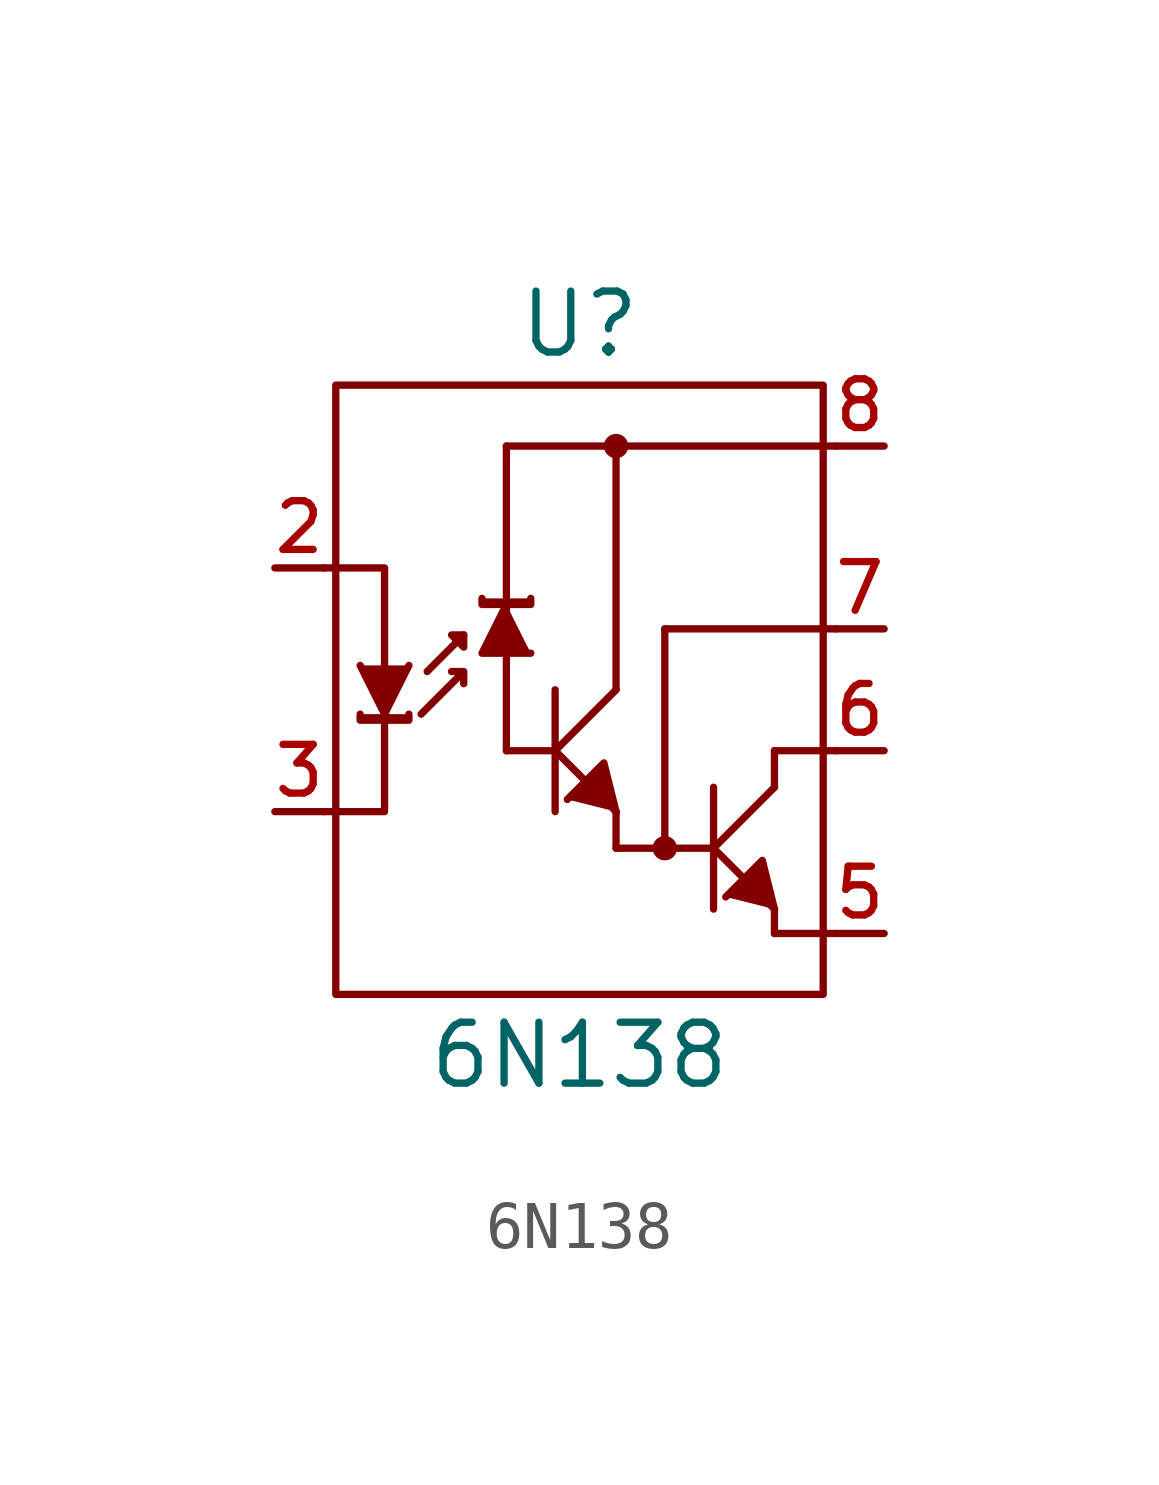
<source format=kicad_sym>
(kicad_symbol_lib
  (version 20220914)
  (generator kicad_symbol_editor)
  (symbol "6N138"
    (pin_names
      (offset 0) hide)
    (property "Reference" "U"
      (at 0 7.62 0)
      (effects (font (size 1.27 1.27))))
    (property "Value" "6N138"
      (at 0 -7.62 0)
      (effects (font (size 1.27 1.27))))
    (property "Footprint" ""
      (at 0 0 0)
      (effects (font (size 1.524 1.524))))
    (property "Datasheet" ""
      (at 0 0 0)
      (effects (font (size 1.524 1.524))))
    (symbol "6N138_0_1"
      (polyline (pts (xy -1.524 -1.27) (xy -0.508 -1.27)) (stroke (width 0) (type solid)) (fill (type none)))
      (polyline (pts (xy -1.524 1.143) (xy -1.524 5.08)) (stroke (width 0) (type solid)) (fill (type none)))
      (polyline (pts (xy 0.762 -3.302) (xy 0.762 -2.54)) (stroke (width 0) (type solid)) (fill (type none)))
      (polyline (pts (xy 0.762 0) (xy 0.762 5.08)) (stroke (width 0) (type solid)) (fill (type none)))
      (polyline (pts (xy 1.778 -3.175) (xy 1.778 1.27)) (stroke (width 0) (type solid)) (fill (type none)))
      (polyline (pts (xy 2.794 -3.302) (xy 0.762 -3.302)) (stroke (width 0) (type solid)) (fill (type none)))
      (polyline (pts (xy 4.064 -5.08) (xy 4.064 -4.572)) (stroke (width 0) (type solid)) (fill (type none)))
      (polyline (pts (xy 4.064 -2.032) (xy 4.064 -1.27)) (stroke (width 0) (type solid)) (fill (type none)))
      (polyline (pts (xy 5.334 -5.08) (xy 4.064 -5.08)) (stroke (width 0) (type solid)) (fill (type none)))
      (polyline (pts (xy 5.334 -1.27) (xy 4.064 -1.27)) (stroke (width 0) (type solid)) (fill (type none)))
      (polyline (pts (xy 5.334 1.27) (xy 1.778 1.27)) (stroke (width 0) (type solid)) (fill (type none)))
      (polyline (pts (xy 5.334 5.08) (xy -1.524 5.08)) (stroke (width 0) (type solid)) (fill (type none)))
      (polyline (pts (xy -2.413 1.143) (xy -3.175 0.381) (xy -3.175 0.381)) (stroke (width 0) (type solid)) (fill (type none)))
      (polyline (pts (xy -1.524 0.762) (xy -1.524 -1.27) (xy -1.524 -1.27)) (stroke (width 0) (type solid)) (fill (type outline)))
      (polyline (pts (xy -0.508 -1.27) (xy 0.762 -2.54) (xy 0.762 -2.54)) (stroke (width 0) (type solid)) (fill (type outline)))
      (polyline (pts (xy -0.508 -1.27) (xy 0.762 0) (xy 0.762 0)) (stroke (width 0) (type solid)) (fill (type outline)))
      (polyline (pts (xy -0.508 0) (xy -0.508 -2.54) (xy -0.508 -2.54)) (stroke (width 0) (type solid)) (fill (type outline)))
      (polyline (pts (xy 2.794 -3.302) (xy 4.064 -4.572) (xy 4.064 -4.572)) (stroke (width 0) (type solid)) (fill (type outline)))
      (polyline (pts (xy 2.794 -3.302) (xy 4.064 -2.032) (xy 4.064 -2.032)) (stroke (width 0) (type solid)) (fill (type outline)))
      (polyline (pts (xy 2.794 -2.032) (xy 2.794 -4.572) (xy 2.794 -4.572)) (stroke (width 0) (type solid)) (fill (type outline)))
      (polyline (pts (xy -5.334 2.54) (xy -4.064 2.54) (xy -4.064 0.508) (xy -4.064 0.508)) (stroke (width 0) (type solid)) (fill (type none)))
      (polyline (pts (xy -4.064 -0.635) (xy -4.064 -2.54) (xy -5.334 -2.54) (xy -5.334 -2.54)) (stroke (width 0) (type solid)) (fill (type none)))
      (polyline (pts (xy -3.556 0.508) (xy -4.064 -0.508) (xy -4.572 0.508) (xy -4.572 0.508)) (stroke (width 0) (type solid)) (fill (type outline)))
      (polyline (pts (xy -2.667 0.381) (xy -2.413 0.381) (xy -2.413 0.127) (xy -2.413 0.127)) (stroke (width 0) (type solid)) (fill (type outline)))
      (polyline (pts (xy -2.54 0.254) (xy -3.302 -0.508) (xy -3.302 -0.508) (xy -3.302 -0.508)) (stroke (width 0) (type solid)) (fill (type none)))
      (polyline (pts (xy -1.524 1.778) (xy -2.032 0.762) (xy -1.016 0.762) (xy -1.016 0.762)) (stroke (width 0) (type solid)) (fill (type outline)))
      (polyline (pts (xy 0.762 -2.54) (xy 0.508 -1.524) (xy -0.254 -2.286) (xy -0.254 -2.286)) (stroke (width 0) (type solid)) (fill (type outline)))
      (polyline (pts (xy 4.064 -4.572) (xy 3.81 -3.556) (xy 3.048 -4.318) (xy 3.048 -4.318)) (stroke (width 0) (type solid)) (fill (type outline)))
      (polyline (pts (xy -4.572 -0.508) (xy -4.572 -0.635) (xy -3.556 -0.635) (xy -3.556 -0.508) (xy -3.556 -0.508)) (stroke (width 0) (type solid)) (fill (type outline)))
      (polyline (pts (xy -2.413 0.889) (xy -2.413 1.143) (xy -2.667 1.143) (xy -2.413 0.889) (xy -2.413 0.889)) (stroke (width 0) (type solid)) (fill (type outline)))
      (polyline (pts (xy -1.016 1.905) (xy -1.016 1.778) (xy -2.032 1.778) (xy -2.032 1.905) (xy -2.032 1.905)) (stroke (width 0) (type solid)) (fill (type outline)))
      (circle (center 0.762 5.08) (radius 0.178) (stroke (width 0) (type solid)) (fill (type outline)))
      (circle (center 1.778 -3.302) (radius 0.178) (stroke (width 0) (type solid)) (fill (type outline)))
      (rectangle (start 5.08 6.35) (end -5.08 -6.35) (stroke (width 0) (type solid)) (fill (type none))))
    (symbol "6N138_1_1"
      (pin passive line (at -6.35 2.54 0) (length 1.016) (name "A" (effects (font (size 1.016 1.016)))) (number "2" (effects (font (size 1.016 1.016)))))
      (pin passive line (at -6.35 -2.54 0) (length 1.016) (name "K" (effects (font (size 1.016 1.016)))) (number "3" (effects (font (size 1.016 1.016)))))
      (pin passive line (at 6.35 -5.08 180) (length 1.016) (name "GND" (effects (font (size 1.016 1.016)))) (number "5" (effects (font (size 1.016 1.016)))))
      (pin passive line (at 6.35 -1.27 180) (length 1.016) (name "Vo" (effects (font (size 1.016 1.016)))) (number "6" (effects (font (size 1.016 1.016)))))
      (pin passive line (at 6.35 1.27 180) (length 1.016) (name "Vb" (effects (font (size 1.016 1.016)))) (number "7" (effects (font (size 1.016 1.016)))))
      (pin passive line (at 6.35 5.08 180) (length 1.016) (name "Vcc" (effects (font (size 1.016 1.016)))) (number "8" (effects (font (size 1.016 1.016))))))))
</source>
